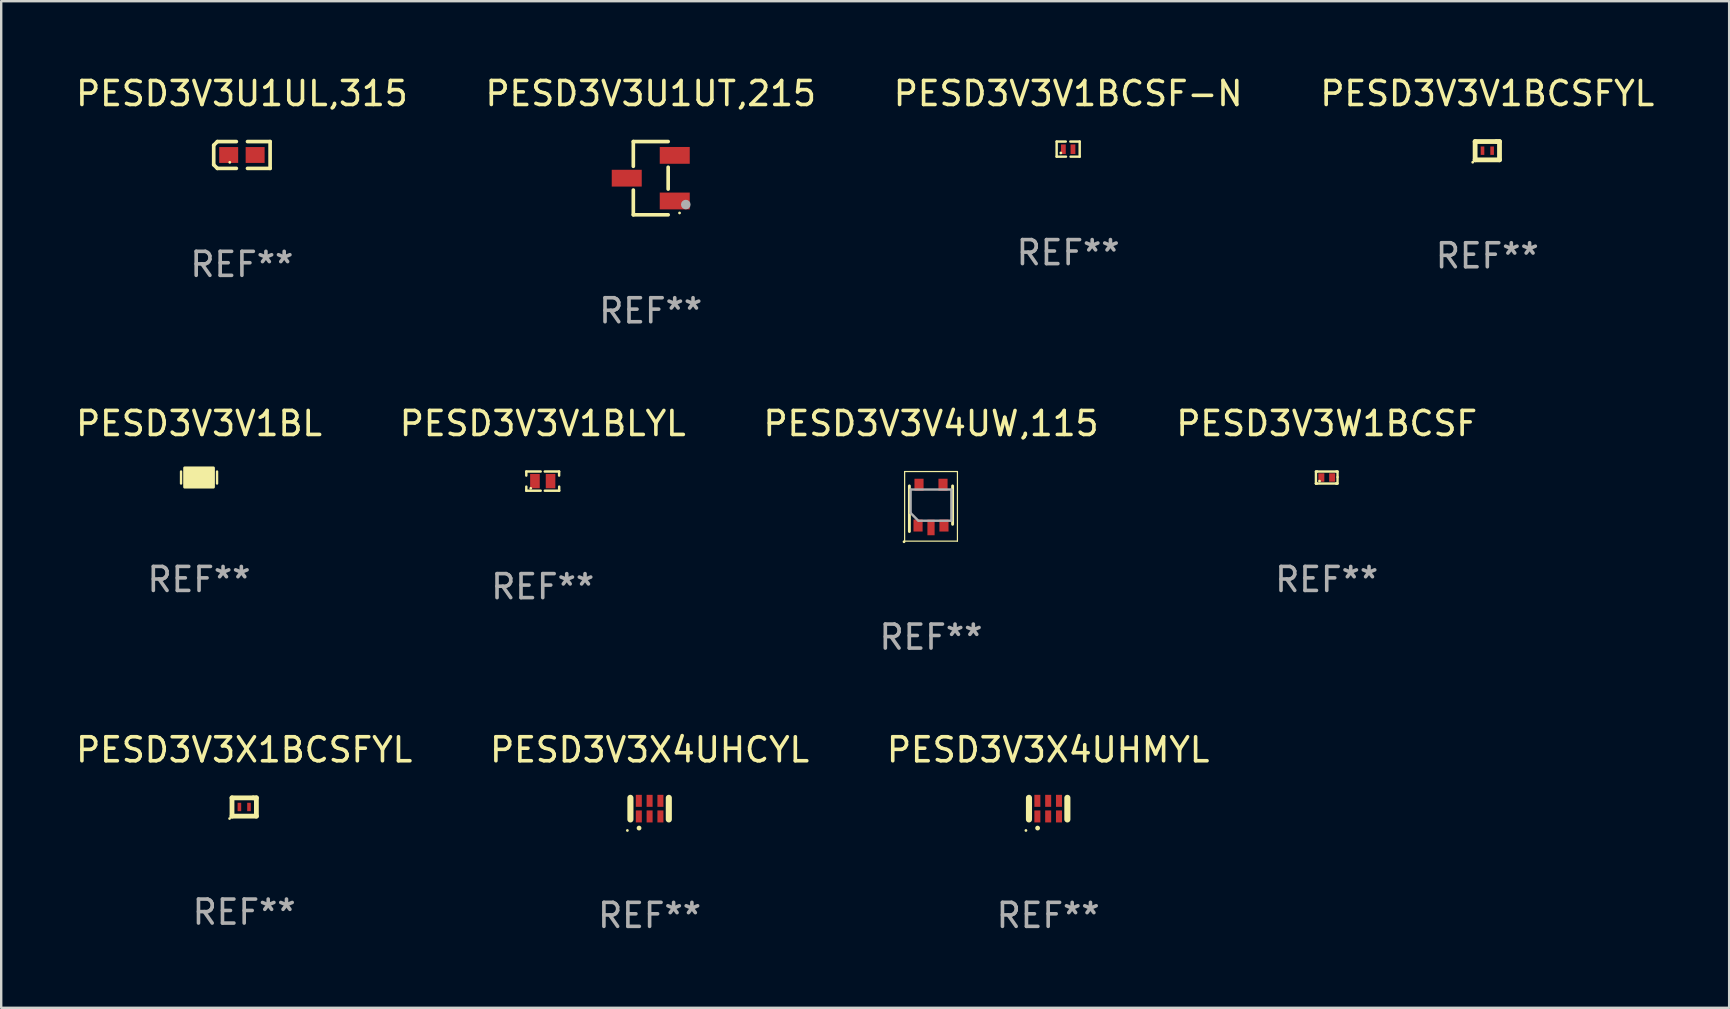
<source format=kicad_pcb>
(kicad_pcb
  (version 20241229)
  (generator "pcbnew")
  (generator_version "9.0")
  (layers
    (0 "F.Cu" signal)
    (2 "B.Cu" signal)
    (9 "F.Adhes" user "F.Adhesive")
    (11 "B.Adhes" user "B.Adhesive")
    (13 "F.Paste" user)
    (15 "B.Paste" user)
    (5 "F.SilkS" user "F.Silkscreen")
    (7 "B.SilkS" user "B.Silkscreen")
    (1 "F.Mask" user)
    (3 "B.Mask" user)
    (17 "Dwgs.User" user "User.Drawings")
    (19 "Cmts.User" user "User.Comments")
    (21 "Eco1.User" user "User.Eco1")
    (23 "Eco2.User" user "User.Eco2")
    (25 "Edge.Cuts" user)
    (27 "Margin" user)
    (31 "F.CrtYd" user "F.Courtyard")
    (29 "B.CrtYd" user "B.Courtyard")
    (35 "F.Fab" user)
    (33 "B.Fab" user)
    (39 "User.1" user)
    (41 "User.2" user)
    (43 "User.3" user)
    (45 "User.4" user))
  (footprint "PESD3V3V1BLYL"
    (layer "F.Cu")
    (at 19.565 16.997)
    (property "Reference" "PESD3V3V1BLYL" (at 0 -2.4 0) (layer "F.SilkS") (effects (font (size 1 1) (thickness 0.15))))
    (attr through_hole)
    (fp_line (start -0.685 -0.4) (end -0.685 -0.23) (stroke (width 0.102) (type solid)) (layer "F.SilkS"))
    (fp_line (start -0.685 0.4) (end -0.685 0.23) (stroke (width 0.102) (type solid)) (layer "F.SilkS"))
    (fp_line (start -0.085 -0.4) (end -0.685 -0.4) (stroke (width 0.102) (type solid)) (layer "F.SilkS"))
    (fp_line (start -0.085 0.4) (end -0.685 0.4) (stroke (width 0.102) (type solid)) (layer "F.SilkS"))
    (fp_line (start 0.082 -0.4) (end 0.682 -0.4) (stroke (width 0.102) (type solid)) (layer "F.SilkS"))
    (fp_line (start 0.085 0.4) (end 0.685 0.4) (stroke (width 0.102) (type solid)) (layer "F.SilkS"))
    (fp_line (start 0.682 -0.4) (end 0.682 -0.23) (stroke (width 0.102) (type solid)) (layer "F.SilkS"))
    (fp_line (start 0.685 0.4) (end 0.685 0.23) (stroke (width 0.102) (type solid)) (layer "F.SilkS"))
    (fp_circle (center -0.5 0.3) (end -0.47 0.3) (stroke (width 0.06) (type solid)) (fill no) (layer "F.SilkS"))
    (fp_text user "REF**" (at 0 4.4 0) (layer "F.Fab") (effects (font (size 1 1) (thickness 0.15))))
    (pad "1" smd rect (at -0.325 0) (size 0.4 0.6) (layers "F.Cu" "F.Mask" "F.Paste"))
    (pad "2" smd rect (at 0.325 0) (size 0.4 0.6) (layers "F.Cu" "F.Mask" "F.Paste")))
  (footprint "PESD3V3X4UHMYL"
    (layer "F.Cu")
    (at 40.625 30.644)
    (property "Reference" "PESD3V3X4UHMYL" (at 0 -2.45 0) (layer "F.SilkS") (effects (font (size 1 1) (thickness 0.15))))
    (attr through_hole)
    (fp_line (start -0.8 -0.45) (end -0.8 0.45) (stroke (width 0.254) (type solid)) (layer "F.SilkS"))
    (fp_line (start 0.8 -0.45) (end 0.8 0.45) (stroke (width 0.254) (type solid)) (layer "F.SilkS"))
    (fp_circle (center -0.927 0.91) (end -0.897 0.91) (stroke (width 0.06) (type solid)) (fill no) (layer "F.SilkS"))
    (fp_circle (center -0.44 0.81) (end -0.39 0.81) (stroke (width 0.1) (type solid)) (fill no) (layer "F.SilkS"))
    (fp_text user "REF**" (at 0 4.45 0) (layer "F.Fab") (effects (font (size 1 1) (thickness 0.15))))
    (pad "1" smd rect (at -0.45 0.325) (size 0.25 0.5) (layers "F.Cu" "F.Mask" "F.Paste"))
    (pad "2" smd rect (at 0 0.325) (size 0.25 0.5) (layers "F.Cu" "F.Mask" "F.Paste"))
    (pad "3" smd rect (at 0.45 0.325) (size 0.25 0.5) (layers "F.Cu" "F.Mask" "F.Paste"))
    (pad "4" smd rect (at 0.45 -0.325) (size 0.25 0.5) (layers "F.Cu" "F.Mask" "F.Paste"))
    (pad "5" smd rect (at 0 -0.325) (size 0.25 0.5) (layers "F.Cu" "F.Mask" "F.Paste"))
    (pad "6" smd rect (at -0.45 -0.325) (size 0.25 0.5) (layers "F.Cu" "F.Mask" "F.Paste")))
  (footprint "PESD3V3W1BCSF"
    (layer "F.Cu")
    (at 52.232 16.847)
    (property "Reference" "PESD3V3W1BCSF" (at 0 -2.25 0) (layer "F.SilkS") (effects (font (size 1 1) (thickness 0.15))))
    (attr through_hole)
    (fp_line (start -0.45 -0.25) (end -0.45 0.25) (stroke (width 0.1) (type solid)) (layer "F.SilkS"))
    (fp_line (start -0.45 0.25) (end -0.45 0.25) (stroke (width 0.1) (type solid)) (layer "F.SilkS"))
    (fp_line (start -0.4 -0.25) (end -0.45 -0.25) (stroke (width 0.1) (type solid)) (layer "F.SilkS"))
    (fp_line (start -0.4 -0.25) (end 0.4 -0.25) (stroke (width 0.1) (type solid)) (layer "F.SilkS"))
    (fp_line (start -0.4 0.25) (end -0.45 0.25) (stroke (width 0.1) (type solid)) (layer "F.SilkS"))
    (fp_line (start -0.4 0.25) (end 0.4 0.25) (stroke (width 0.1) (type solid)) (layer "F.SilkS"))
    (fp_line (start 0.4 -0.25) (end 0.45 -0.25) (stroke (width 0.1) (type solid)) (layer "F.SilkS"))
    (fp_line (start 0.4 0.25) (end 0.4 0.25) (stroke (width 0.1) (type solid)) (layer "F.SilkS"))
    (fp_line (start 0.45 -0.25) (end 0.45 -0.018) (stroke (width 0.1) (type solid)) (layer "F.SilkS"))
    (fp_line (start 0.45 -0.018) (end 0.45 0.25) (stroke (width 0.1) (type solid)) (layer "F.SilkS"))
    (fp_line (start 0.45 0.25) (end 0.4 0.25) (stroke (width 0.1) (type solid)) (layer "F.SilkS"))
    (fp_circle (center -0.3 0.15) (end -0.27 0.15) (stroke (width 0.06) (type solid)) (fill no) (layer "F.SilkS"))
    (fp_text user "REF**" (at 0 4.25 0) (layer "F.Fab") (effects (font (size 1 1) (thickness 0.15))))
    (pad "1" smd rect (at -0.225 0) (size 0.25 0.35) (layers "F.Cu" "F.Mask" "F.Paste"))
    (pad "2" smd rect (at 0.225 0) (size 0.25 0.35) (layers "F.Cu" "F.Mask" "F.Paste")))
  (footprint "PESD3V3U1UT,215"
    (layer "F.Cu")
    (at 24.065 4.374)
    (property "Reference" "PESD3V3U1UT,215" (at 0 -3.526 0) (layer "F.SilkS") (effects (font (size 1 1) (thickness 0.15))))
    (attr through_hole)
    (fp_line (start -0.726 -1.526) (end -0.726 -0.495) (stroke (width 0.152) (type solid)) (layer "F.SilkS"))
    (fp_line (start -0.726 1.526) (end -0.726 0.495) (stroke (width 0.152) (type solid)) (layer "F.SilkS"))
    (fp_line (start 0.726 -1.526) (end -0.726 -1.526) (stroke (width 0.152) (type solid)) (layer "F.SilkS"))
    (fp_line (start 0.726 -0.455) (end 0.726 0.455) (stroke (width 0.152) (type solid)) (layer "F.SilkS"))
    (fp_line (start 0.726 1.526) (end -0.726 1.526) (stroke (width 0.152) (type solid)) (layer "F.SilkS"))
    (fp_circle (center 1.2 1.45) (end 1.23 1.45) (stroke (width 0.06) (type solid)) (fill no) (layer "F.SilkS"))
    (fp_circle (center 1.46 1.1) (end 1.56 1.1) (stroke (width 0.2) (type solid)) (fill no) (layer "F.Fab"))
    (fp_text user "REF**" (at 0 5.526 0) (layer "F.Fab") (effects (font (size 1 1) (thickness 0.15))))
    (pad "1" smd rect (at 1 0.95) (size 1.25 0.7) (layers "F.Cu" "F.Mask" "F.Paste"))
    (pad "2" smd rect (at 1 -0.95) (size 1.25 0.7) (layers "F.Cu" "F.Mask" "F.Paste"))
    (pad "3" smd rect (at -1 0) (size 1.25 0.7) (layers "F.Cu" "F.Mask" "F.Paste")))
  (footprint "PESD3V3V1BCSFYL"
    (layer "F.Cu")
    (at 58.923 3.229)
    (property "Reference" "PESD3V3V1BCSFYL" (at 0 -2.381 0) (layer "F.SilkS") (effects (font (size 1 1) (thickness 0.15))))
    (attr through_hole)
    (fp_line (start -0.508 -0.381) (end 0.381 -0.381) (stroke (width 0.2) (type solid)) (layer "F.SilkS"))
    (fp_line (start -0.508 0.381) (end -0.508 -0.381) (stroke (width 0.2) (type solid)) (layer "F.SilkS"))
    (fp_line (start 0.381 -0.381) (end 0.508 -0.381) (stroke (width 0.2) (type solid)) (layer "F.SilkS"))
    (fp_line (start 0.508 -0.381) (end 0.508 0.381) (stroke (width 0.2) (type solid)) (layer "F.SilkS"))
    (fp_line (start 0.508 0.381) (end -0.508 0.381) (stroke (width 0.2) (type solid)) (layer "F.SilkS"))
    (fp_circle (center -0.608 0.481) (end -0.578 0.481) (stroke (width 0.06) (type solid)) (fill no) (layer "F.SilkS"))
    (fp_text user "REF**" (at 0 4.381 0) (layer "F.Fab") (effects (font (size 1 1) (thickness 0.15))))
    (pad "1" smd rect (at -0.2 0) (size 0.15 0.35) (layers "F.Cu" "F.Mask" "F.Paste"))
    (pad "2" smd rect (at 0.2 0) (size 0.15 0.35) (layers "F.Cu" "F.Mask" "F.Paste")))
  (footprint "PESD3V3U1UL,315"
    (layer "F.Cu")
    (at 7.03 3.408)
    (property "Reference" "PESD3V3U1UL,315" (at 0 -2.559 0) (layer "F.SilkS") (effects (font (size 1 1) (thickness 0.15))))
    (attr through_hole)
    (fp_line (start -1.175 -0.407) (end -1.023 -0.559) (stroke (width 0.152) (type solid)) (layer "F.SilkS"))
    (fp_line (start -1.175 0.407) (end -1.175 -0.407) (stroke (width 0.152) (type solid)) (layer "F.SilkS"))
    (fp_line (start -1.023 -0.559) (end -0.232 -0.559) (stroke (width 0.152) (type solid)) (layer "F.SilkS"))
    (fp_line (start -1.023 0.559) (end -1.175 0.407) (stroke (width 0.152) (type solid)) (layer "F.SilkS"))
    (fp_line (start -0.232 0.559) (end -1.023 0.559) (stroke (width 0.152) (type solid)) (layer "F.SilkS"))
    (fp_line (start 0.232 0.559) (end 1.175 0.559) (stroke (width 0.152) (type solid)) (layer "F.SilkS"))
    (fp_line (start 1.175 -0.559) (end 0.232 -0.559) (stroke (width 0.152) (type solid)) (layer "F.SilkS"))
    (fp_line (start 1.175 0.559) (end 1.175 -0.559) (stroke (width 0.152) (type solid)) (layer "F.SilkS"))
    (fp_circle (center -0.506 0.306) (end -0.476 0.306) (stroke (width 0.06) (type solid)) (fill no) (layer "F.SilkS"))
    (fp_text user "REF**" (at 0 4.559 0) (layer "F.Fab") (effects (font (size 1 1) (thickness 0.15))))
    (pad "1" smd rect (at -0.551 0) (size 0.79 0.661) (layers "F.Cu" "F.Mask" "F.Paste"))
    (pad "2" smd rect (at 0.551 0) (size 0.79 0.661) (layers "F.Cu" "F.Mask" "F.Paste")))
  (footprint "PESD3V3X4UHCYL"
    (layer "F.Cu")
    (at 24.018 30.644)
    (property "Reference" "PESD3V3X4UHCYL" (at 0 -2.45 0) (layer "F.SilkS") (effects (font (size 1 1) (thickness 0.15))))
    (attr through_hole)
    (fp_line (start -0.8 -0.45) (end -0.8 0.45) (stroke (width 0.254) (type solid)) (layer "F.SilkS"))
    (fp_line (start 0.8 -0.45) (end 0.8 0.45) (stroke (width 0.254) (type solid)) (layer "F.SilkS"))
    (fp_circle (center -0.927 0.91) (end -0.897 0.91) (stroke (width 0.06) (type solid)) (fill no) (layer "F.SilkS"))
    (fp_circle (center -0.44 0.81) (end -0.39 0.81) (stroke (width 0.1) (type solid)) (fill no) (layer "F.SilkS"))
    (fp_text user "REF**" (at 0 4.45 0) (layer "F.Fab") (effects (font (size 1 1) (thickness 0.15))))
    (pad "1" smd rect (at -0.45 0.325) (size 0.25 0.5) (layers "F.Cu" "F.Mask" "F.Paste"))
    (pad "2" smd rect (at 0 0.325) (size 0.25 0.5) (layers "F.Cu" "F.Mask" "F.Paste"))
    (pad "3" smd rect (at 0.45 0.325) (size 0.25 0.5) (layers "F.Cu" "F.Mask" "F.Paste"))
    (pad "4" smd rect (at 0.45 -0.325) (size 0.25 0.5) (layers "F.Cu" "F.Mask" "F.Paste"))
    (pad "5" smd rect (at 0 -0.325) (size 0.25 0.5) (layers "F.Cu" "F.Mask" "F.Paste"))
    (pad "6" smd rect (at -0.45 -0.325) (size 0.25 0.5) (layers "F.Cu" "F.Mask" "F.Paste")))
  (footprint "PESD3V3V1BL"
    (layer "F.Cu")
    (at 5.244 16.847)
    (property "Reference" "PESD3V3V1BL" (at 0 -2.25 0) (layer "F.SilkS") (effects (font (size 1 1) (thickness 0.15))))
    (attr through_hole)
    (fp_line (start -0.75 0.25) (end -0.75 -0.25) (stroke (width 0.1) (type solid)) (layer "F.SilkS"))
    (fp_line (start 0.75 -0.25) (end 0.75 0.25) (stroke (width 0.1) (type solid)) (layer "F.SilkS"))
    (fp_circle (center -0.5 0.3) (end -0.47 0.3) (stroke (width 0.06) (type solid)) (fill no) (layer "F.SilkS"))
    (fp_poly (pts (xy -0.6 -0.4) (xy 0.6 -0.4) (xy 0.6 0.4) (xy -0.6 0.4)) (stroke (width 0.12) (type solid)) (fill yes) (layer "F.SilkS"))
    (fp_text user "REF**" (at 0 4.25 0) (layer "F.Fab") (effects (font (size 1 1) (thickness 0.15))))
    (pad "1" smd rect (at -0.325 -0.000013) (size 0.3 0.6) (layers "F.Cu" "F.Mask" "F.Paste"))
    (pad "2" smd rect (at 0.325 -0.000013) (size 0.3 0.6) (layers "F.Cu" "F.Mask" "F.Paste")))
  (footprint "PESD3V3V4UW,115"
    (layer "F.Cu")
    (at 35.744 18.048)
    (property "Reference" "PESD3V3V4UW,115" (at 0 -3.45 0) (layer "F.SilkS") (effects (font (size 1 1) (thickness 0.15))))
    (attr through_hole)
    (fp_line (start -1.1 -1.45) (end 1.1 -1.45) (stroke (width 0.05) (type solid)) (layer "F.SilkS"))
    (fp_line (start -1.1 1.45) (end -1.1 -1.45) (stroke (width 0.05) (type solid)) (layer "F.SilkS"))
    (fp_line (start -0.902 -0.851) (end -0.902 1.049) (stroke (width 0.12) (type solid)) (layer "F.SilkS"))
    (fp_line (start 0.899 0.749) (end 0.899 -0.851) (stroke (width 0.12) (type solid)) (layer "F.SilkS"))
    (fp_line (start 1.1 -1.45) (end 1.1 1.45) (stroke (width 0.05) (type solid)) (layer "F.SilkS"))
    (fp_line (start 1.1 1.45) (end -1.1 1.45) (stroke (width 0.05) (type solid)) (layer "F.SilkS"))
    (fp_circle (center -1.125 1.475) (end -1.095 1.475) (stroke (width 0.06) (type solid)) (fill no) (layer "F.SilkS"))
    (fp_line (start -0.851 -0.701) (end 0.848 -0.701) (stroke (width 0.1) (type solid)) (layer "F.Fab"))
    (fp_line (start -0.851 0.279) (end -0.851 -0.701) (stroke (width 0.1) (type solid)) (layer "F.Fab"))
    (fp_line (start -0.531 0.599) (end -0.851 0.279) (stroke (width 0.1) (type solid)) (layer "F.Fab"))
    (fp_line (start 0.848 -0.701) (end 0.848 0.599) (stroke (width 0.1) (type solid)) (layer "F.Fab"))
    (fp_line (start 0.848 0.599) (end -0.511 0.599) (stroke (width 0.1) (type solid)) (layer "F.Fab"))
    (fp_text user "REF**" (at 0 5.45 0) (layer "F.Fab") (effects (font (size 1 1) (thickness 0.15))))
    (pad "1" smd rect (at -0.541 0.8 90) (size 0.5 0.38) (layers "F.Cu" "F.Mask" "F.Paste"))
    (pad "2" smd rect (at -0.001 0.88 90) (size 0.65 0.3) (layers "F.Cu" "F.Mask" "F.Paste"))
    (pad "3" smd rect (at 0.539 0.8 90) (size 0.5 0.38) (layers "F.Cu" "F.Mask" "F.Paste"))
    (pad "4" smd rect (at 0.499 -0.9 90) (size 0.5 0.38) (layers "F.Cu" "F.Mask" "F.Paste"))
    (pad "5" smd rect (at -0.501 -0.9 90) (size 0.5 0.38) (layers "F.Cu" "F.Mask" "F.Paste")))
  (footprint "PESD3V3X1BCSFYL"
    (layer "F.Cu")
    (at 7.125 30.575)
    (property "Reference" "PESD3V3X1BCSFYL" (at 0 -2.381 0) (layer "F.SilkS") (effects (font (size 1 1) (thickness 0.15))))
    (attr through_hole)
    (fp_line (start -0.508 -0.381) (end 0.381 -0.381) (stroke (width 0.2) (type solid)) (layer "F.SilkS"))
    (fp_line (start -0.508 0.381) (end -0.508 -0.381) (stroke (width 0.2) (type solid)) (layer "F.SilkS"))
    (fp_line (start 0.381 -0.381) (end 0.508 -0.381) (stroke (width 0.2) (type solid)) (layer "F.SilkS"))
    (fp_line (start 0.508 -0.381) (end 0.508 0.381) (stroke (width 0.2) (type solid)) (layer "F.SilkS"))
    (fp_line (start 0.508 0.381) (end -0.508 0.381) (stroke (width 0.2) (type solid)) (layer "F.SilkS"))
    (fp_circle (center -0.608 0.481) (end -0.578 0.481) (stroke (width 0.06) (type solid)) (fill no) (layer "F.SilkS"))
    (fp_text user "REF**" (at 0 4.381 0) (layer "F.Fab") (effects (font (size 1 1) (thickness 0.15))))
    (pad "1" smd rect (at -0.2 0) (size 0.15 0.35) (layers "F.Cu" "F.Mask" "F.Paste"))
    (pad "2" smd rect (at 0.2 0) (size 0.15 0.35) (layers "F.Cu" "F.Mask" "F.Paste")))
  (footprint "PESD3V3V1BCSF-N"
    (layer "F.Cu")
    (at 41.458 3.163)
    (property "Reference" "PESD3V3V1BCSF-N" (at 0 -2.315 0) (layer "F.SilkS") (effects (font (size 1 1) (thickness 0.15))))
    (attr through_hole)
    (fp_line (start -0.48 -0.315) (end -0.48 0.315) (stroke (width 0.102) (type solid)) (layer "F.SilkS"))
    (fp_line (start -0.48 0.315) (end -0.09 0.315) (stroke (width 0.102) (type solid)) (layer "F.SilkS"))
    (fp_line (start -0.48 -0.315) (end -0.1 -0.315) (stroke (width 0.102) (type solid)) (layer "F.SilkS"))
    (fp_line (start 0.48 0.315) (end 0.1 0.315) (stroke (width 0.102) (type solid)) (layer "F.SilkS"))
    (fp_line (start 0.48 -0.315) (end 0.09 -0.315) (stroke (width 0.102) (type solid)) (layer "F.SilkS"))
    (fp_line (start 0.48 0.315) (end 0.48 -0.315) (stroke (width 0.102) (type solid)) (layer "F.SilkS"))
    (fp_circle (center -0.305 0.16) (end -0.275 0.16) (stroke (width 0.06) (type solid)) (fill no) (layer "F.SilkS"))
    (fp_text user "REF**" (at 0 4.315 0) (layer "F.Fab") (effects (font (size 1 1) (thickness 0.15))))
    (pad "1" smd rect (at -0.2 0.005) (size 0.2 0.4) (layers "F.Cu" "F.Mask" "F.Paste"))
    (pad "2" smd rect (at 0.2 0.005) (size 0.2 0.4) (layers "F.Cu" "F.Mask" "F.Paste")))
  (gr_rect
    (start -3 -3)
    (end 69 38.943)
    (stroke (width 0.1) (type default))
    (fill no)
    (layer "Edge.Cuts")))
</source>
